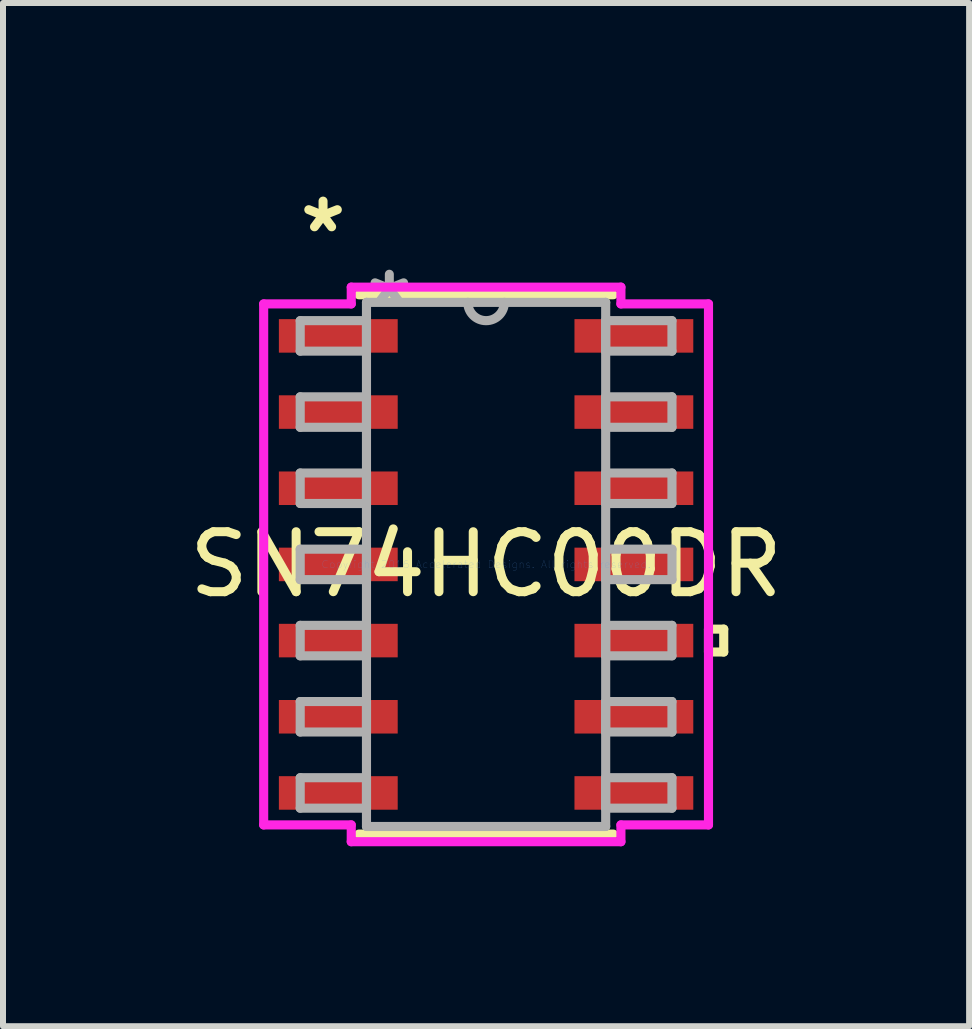
<source format=kicad_pcb>
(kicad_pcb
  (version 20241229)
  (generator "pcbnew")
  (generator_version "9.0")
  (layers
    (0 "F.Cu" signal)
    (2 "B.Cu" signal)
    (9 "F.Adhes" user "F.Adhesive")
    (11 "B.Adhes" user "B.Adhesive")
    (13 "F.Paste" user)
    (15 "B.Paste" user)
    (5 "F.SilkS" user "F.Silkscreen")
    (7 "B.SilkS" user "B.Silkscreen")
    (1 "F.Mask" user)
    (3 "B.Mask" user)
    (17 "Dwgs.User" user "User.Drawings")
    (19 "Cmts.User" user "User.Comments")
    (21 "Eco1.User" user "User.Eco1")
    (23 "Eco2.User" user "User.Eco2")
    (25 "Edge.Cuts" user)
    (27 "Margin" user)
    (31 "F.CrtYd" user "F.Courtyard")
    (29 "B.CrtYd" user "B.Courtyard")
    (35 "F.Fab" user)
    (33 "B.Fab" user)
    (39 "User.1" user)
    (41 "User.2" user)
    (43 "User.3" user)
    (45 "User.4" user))
  (footprint "SN74HC00DR"
    (layer "F.Cu")
    (at 5.054 6.36)
    (property "Reference" "SN74HC00DR" (at 0 0 0) (layer "F.SilkS") (effects (font (size 1 1) (thickness 0.15))))
    (attr through_hole)
    (fp_line (start -2.121 4.496) (end 2.121 4.496) (stroke (width 0.152) (type solid)) (layer "F.SilkS"))
    (fp_line (start 2.121 -4.496) (end -2.121 -4.496) (stroke (width 0.152) (type solid)) (layer "F.SilkS"))
    (fp_line (start 3.708 1.079) (end 3.962 1.079) (stroke (width 0.152) (type solid)) (layer "F.SilkS"))
    (fp_line (start 3.708 1.46) (end 3.708 1.079) (stroke (width 0.152) (type solid)) (layer "F.SilkS"))
    (fp_line (start 3.962 1.079) (end 3.962 1.46) (stroke (width 0.152) (type solid)) (layer "F.SilkS"))
    (fp_line (start 3.962 1.46) (end 3.708 1.46) (stroke (width 0.152) (type solid)) (layer "F.SilkS"))
    (fp_line (start -3.708 -4.343) (end -2.248 -4.343) (stroke (width 0.152) (type solid)) (layer "F.CrtYd"))
    (fp_line (start -3.708 4.343) (end -3.708 -4.343) (stroke (width 0.152) (type solid)) (layer "F.CrtYd"))
    (fp_line (start -2.248 -4.623) (end 2.248 -4.623) (stroke (width 0.152) (type solid)) (layer "F.CrtYd"))
    (fp_line (start -2.248 -4.343) (end -2.248 -4.623) (stroke (width 0.152) (type solid)) (layer "F.CrtYd"))
    (fp_line (start -2.248 4.343) (end -3.708 4.343) (stroke (width 0.152) (type solid)) (layer "F.CrtYd"))
    (fp_line (start -2.248 4.623) (end -2.248 4.343) (stroke (width 0.152) (type solid)) (layer "F.CrtYd"))
    (fp_line (start 2.248 -4.623) (end 2.248 -4.343) (stroke (width 0.152) (type solid)) (layer "F.CrtYd"))
    (fp_line (start 2.248 -4.343) (end 3.708 -4.343) (stroke (width 0.152) (type solid)) (layer "F.CrtYd"))
    (fp_line (start 2.248 4.343) (end 2.248 4.623) (stroke (width 0.152) (type solid)) (layer "F.CrtYd"))
    (fp_line (start 2.248 4.623) (end -2.248 4.623) (stroke (width 0.152) (type solid)) (layer "F.CrtYd"))
    (fp_line (start 3.708 -4.343) (end 3.708 4.343) (stroke (width 0.152) (type solid)) (layer "F.CrtYd"))
    (fp_line (start 3.708 4.343) (end 2.248 4.343) (stroke (width 0.152) (type solid)) (layer "F.CrtYd"))
    (fp_line (start -3.099 -4.064) (end -3.099 -3.556) (stroke (width 0.152) (type solid)) (layer "F.Fab"))
    (fp_line (start -3.099 -3.556) (end -1.994 -3.556) (stroke (width 0.152) (type solid)) (layer "F.Fab"))
    (fp_line (start -3.099 -2.794) (end -3.099 -2.286) (stroke (width 0.152) (type solid)) (layer "F.Fab"))
    (fp_line (start -3.099 -2.286) (end -1.994 -2.286) (stroke (width 0.152) (type solid)) (layer "F.Fab"))
    (fp_line (start -3.099 -1.524) (end -3.099 -1.016) (stroke (width 0.152) (type solid)) (layer "F.Fab"))
    (fp_line (start -3.099 -1.016) (end -1.994 -1.016) (stroke (width 0.152) (type solid)) (layer "F.Fab"))
    (fp_line (start -3.099 -0.254) (end -3.099 0.254) (stroke (width 0.152) (type solid)) (layer "F.Fab"))
    (fp_line (start -3.099 0.254) (end -1.994 0.254) (stroke (width 0.152) (type solid)) (layer "F.Fab"))
    (fp_line (start -3.099 1.016) (end -3.099 1.524) (stroke (width 0.152) (type solid)) (layer "F.Fab"))
    (fp_line (start -3.099 1.524) (end -1.994 1.524) (stroke (width 0.152) (type solid)) (layer "F.Fab"))
    (fp_line (start -3.099 2.286) (end -3.099 2.794) (stroke (width 0.152) (type solid)) (layer "F.Fab"))
    (fp_line (start -3.099 2.794) (end -1.994 2.794) (stroke (width 0.152) (type solid)) (layer "F.Fab"))
    (fp_line (start -3.099 3.556) (end -3.099 4.064) (stroke (width 0.152) (type solid)) (layer "F.Fab"))
    (fp_line (start -3.099 4.064) (end -1.994 4.064) (stroke (width 0.152) (type solid)) (layer "F.Fab"))
    (fp_line (start -1.994 -4.369) (end -1.994 4.369) (stroke (width 0.152) (type solid)) (layer "F.Fab"))
    (fp_line (start -1.994 -4.064) (end -3.099 -4.064) (stroke (width 0.152) (type solid)) (layer "F.Fab"))
    (fp_line (start -1.994 -3.556) (end -1.994 -4.064) (stroke (width 0.152) (type solid)) (layer "F.Fab"))
    (fp_line (start -1.994 -2.794) (end -3.099 -2.794) (stroke (width 0.152) (type solid)) (layer "F.Fab"))
    (fp_line (start -1.994 -2.286) (end -1.994 -2.794) (stroke (width 0.152) (type solid)) (layer "F.Fab"))
    (fp_line (start -1.994 -1.524) (end -3.099 -1.524) (stroke (width 0.152) (type solid)) (layer "F.Fab"))
    (fp_line (start -1.994 -1.016) (end -1.994 -1.524) (stroke (width 0.152) (type solid)) (layer "F.Fab"))
    (fp_line (start -1.994 -0.254) (end -3.099 -0.254) (stroke (width 0.152) (type solid)) (layer "F.Fab"))
    (fp_line (start -1.994 0.254) (end -1.994 -0.254) (stroke (width 0.152) (type solid)) (layer "F.Fab"))
    (fp_line (start -1.994 1.016) (end -3.099 1.016) (stroke (width 0.152) (type solid)) (layer "F.Fab"))
    (fp_line (start -1.994 1.524) (end -1.994 1.016) (stroke (width 0.152) (type solid)) (layer "F.Fab"))
    (fp_line (start -1.994 2.286) (end -3.099 2.286) (stroke (width 0.152) (type solid)) (layer "F.Fab"))
    (fp_line (start -1.994 2.794) (end -1.994 2.286) (stroke (width 0.152) (type solid)) (layer "F.Fab"))
    (fp_line (start -1.994 3.556) (end -3.099 3.556) (stroke (width 0.152) (type solid)) (layer "F.Fab"))
    (fp_line (start -1.994 4.064) (end -1.994 3.556) (stroke (width 0.152) (type solid)) (layer "F.Fab"))
    (fp_line (start -1.994 4.369) (end 1.994 4.369) (stroke (width 0.152) (type solid)) (layer "F.Fab"))
    (fp_line (start 1.994 -4.369) (end -1.994 -4.369) (stroke (width 0.152) (type solid)) (layer "F.Fab"))
    (fp_line (start 1.994 -4.064) (end 1.994 -3.556) (stroke (width 0.152) (type solid)) (layer "F.Fab"))
    (fp_line (start 1.994 -3.556) (end 3.099 -3.556) (stroke (width 0.152) (type solid)) (layer "F.Fab"))
    (fp_line (start 1.994 -2.794) (end 1.994 -2.286) (stroke (width 0.152) (type solid)) (layer "F.Fab"))
    (fp_line (start 1.994 -2.286) (end 3.099 -2.286) (stroke (width 0.152) (type solid)) (layer "F.Fab"))
    (fp_line (start 1.994 -1.524) (end 1.994 -1.016) (stroke (width 0.152) (type solid)) (layer "F.Fab"))
    (fp_line (start 1.994 -1.016) (end 3.099 -1.016) (stroke (width 0.152) (type solid)) (layer "F.Fab"))
    (fp_line (start 1.994 -0.254) (end 1.994 0.254) (stroke (width 0.152) (type solid)) (layer "F.Fab"))
    (fp_line (start 1.994 0.254) (end 3.099 0.254) (stroke (width 0.152) (type solid)) (layer "F.Fab"))
    (fp_line (start 1.994 1.016) (end 1.994 1.524) (stroke (width 0.152) (type solid)) (layer "F.Fab"))
    (fp_line (start 1.994 1.524) (end 3.099 1.524) (stroke (width 0.152) (type solid)) (layer "F.Fab"))
    (fp_line (start 1.994 2.286) (end 1.994 2.794) (stroke (width 0.152) (type solid)) (layer "F.Fab"))
    (fp_line (start 1.994 2.794) (end 3.099 2.794) (stroke (width 0.152) (type solid)) (layer "F.Fab"))
    (fp_line (start 1.994 3.556) (end 1.994 4.064) (stroke (width 0.152) (type solid)) (layer "F.Fab"))
    (fp_line (start 1.994 4.064) (end 3.099 4.064) (stroke (width 0.152) (type solid)) (layer "F.Fab"))
    (fp_line (start 1.994 4.369) (end 1.994 -4.369) (stroke (width 0.152) (type solid)) (layer "F.Fab"))
    (fp_line (start 3.099 -4.064) (end 1.994 -4.064) (stroke (width 0.152) (type solid)) (layer "F.Fab"))
    (fp_line (start 3.099 -3.556) (end 3.099 -4.064) (stroke (width 0.152) (type solid)) (layer "F.Fab"))
    (fp_line (start 3.099 -2.794) (end 1.994 -2.794) (stroke (width 0.152) (type solid)) (layer "F.Fab"))
    (fp_line (start 3.099 -2.286) (end 3.099 -2.794) (stroke (width 0.152) (type solid)) (layer "F.Fab"))
    (fp_line (start 3.099 -1.524) (end 1.994 -1.524) (stroke (width 0.152) (type solid)) (layer "F.Fab"))
    (fp_line (start 3.099 -1.016) (end 3.099 -1.524) (stroke (width 0.152) (type solid)) (layer "F.Fab"))
    (fp_line (start 3.099 -0.254) (end 1.994 -0.254) (stroke (width 0.152) (type solid)) (layer "F.Fab"))
    (fp_line (start 3.099 0.254) (end 3.099 -0.254) (stroke (width 0.152) (type solid)) (layer "F.Fab"))
    (fp_line (start 3.099 1.016) (end 1.994 1.016) (stroke (width 0.152) (type solid)) (layer "F.Fab"))
    (fp_line (start 3.099 1.524) (end 3.099 1.016) (stroke (width 0.152) (type solid)) (layer "F.Fab"))
    (fp_line (start 3.099 2.286) (end 1.994 2.286) (stroke (width 0.152) (type solid)) (layer "F.Fab"))
    (fp_line (start 3.099 2.794) (end 3.099 2.286) (stroke (width 0.152) (type solid)) (layer "F.Fab"))
    (fp_line (start 3.099 3.556) (end 1.994 3.556) (stroke (width 0.152) (type solid)) (layer "F.Fab"))
    (fp_line (start 3.099 4.064) (end 3.099 3.556) (stroke (width 0.152) (type solid)) (layer "F.Fab"))
    (fp_arc (start 0.3048 -4.3688) (mid 0 -4.064) (end -0.3048 -4.3688) (stroke (width 0.1524) (type solid)) (layer "F.Fab"))
    (fp_text user "*" (at -2.718 -5.512 0) (layer "F.SilkS") (effects (font (size 1 1) (thickness 0.15))))
    (fp_text user "Copyright 2016 Accelerated Designs. All rights reserved." (at 0 0 0) (layer "Cmts.User") (effects (font (size 0.127 0.127) (thickness 0.002))))
    (fp_text user "*" (at -1.613 -4.293 0) (layer "F.Fab") (effects (font (size 1 1) (thickness 0.15))))
    (pad "1" smd rect (at -2.464 -3.81) (size 1.981 0.559) (layers "F.Cu" "F.Mask" "F.Paste"))
    (pad "2" smd rect (at -2.464 -2.54) (size 1.981 0.559) (layers "F.Cu" "F.Mask" "F.Paste"))
    (pad "3" smd rect (at -2.464 -1.27) (size 1.981 0.559) (layers "F.Cu" "F.Mask" "F.Paste"))
    (pad "4" smd rect (at -2.464 0) (size 1.981 0.559) (layers "F.Cu" "F.Mask" "F.Paste"))
    (pad "5" smd rect (at -2.464 1.27) (size 1.981 0.559) (layers "F.Cu" "F.Mask" "F.Paste"))
    (pad "6" smd rect (at -2.464 2.54) (size 1.981 0.559) (layers "F.Cu" "F.Mask" "F.Paste"))
    (pad "7" smd rect (at -2.464 3.81) (size 1.981 0.559) (layers "F.Cu" "F.Mask" "F.Paste"))
    (pad "8" smd rect (at 2.464 3.81) (size 1.981 0.559) (layers "F.Cu" "F.Mask" "F.Paste"))
    (pad "9" smd rect (at 2.464 2.54) (size 1.981 0.559) (layers "F.Cu" "F.Mask" "F.Paste"))
    (pad "10" smd rect (at 2.464 1.27) (size 1.981 0.559) (layers "F.Cu" "F.Mask" "F.Paste"))
    (pad "11" smd rect (at 2.464 0) (size 1.981 0.559) (layers "F.Cu" "F.Mask" "F.Paste"))
    (pad "12" smd rect (at 2.464 -1.27) (size 1.981 0.559) (layers "F.Cu" "F.Mask" "F.Paste"))
    (pad "13" smd rect (at 2.464 -2.54) (size 1.981 0.559) (layers "F.Cu" "F.Mask" "F.Paste"))
    (pad "14" smd rect (at 2.464 -3.81) (size 1.981 0.559) (layers "F.Cu" "F.Mask" "F.Paste")))
  (gr_rect
    (start -3 -3)
    (end 13.107 14.059)
    (stroke (width 0.1) (type default))
    (fill no)
    (layer "Edge.Cuts")))
</source>
